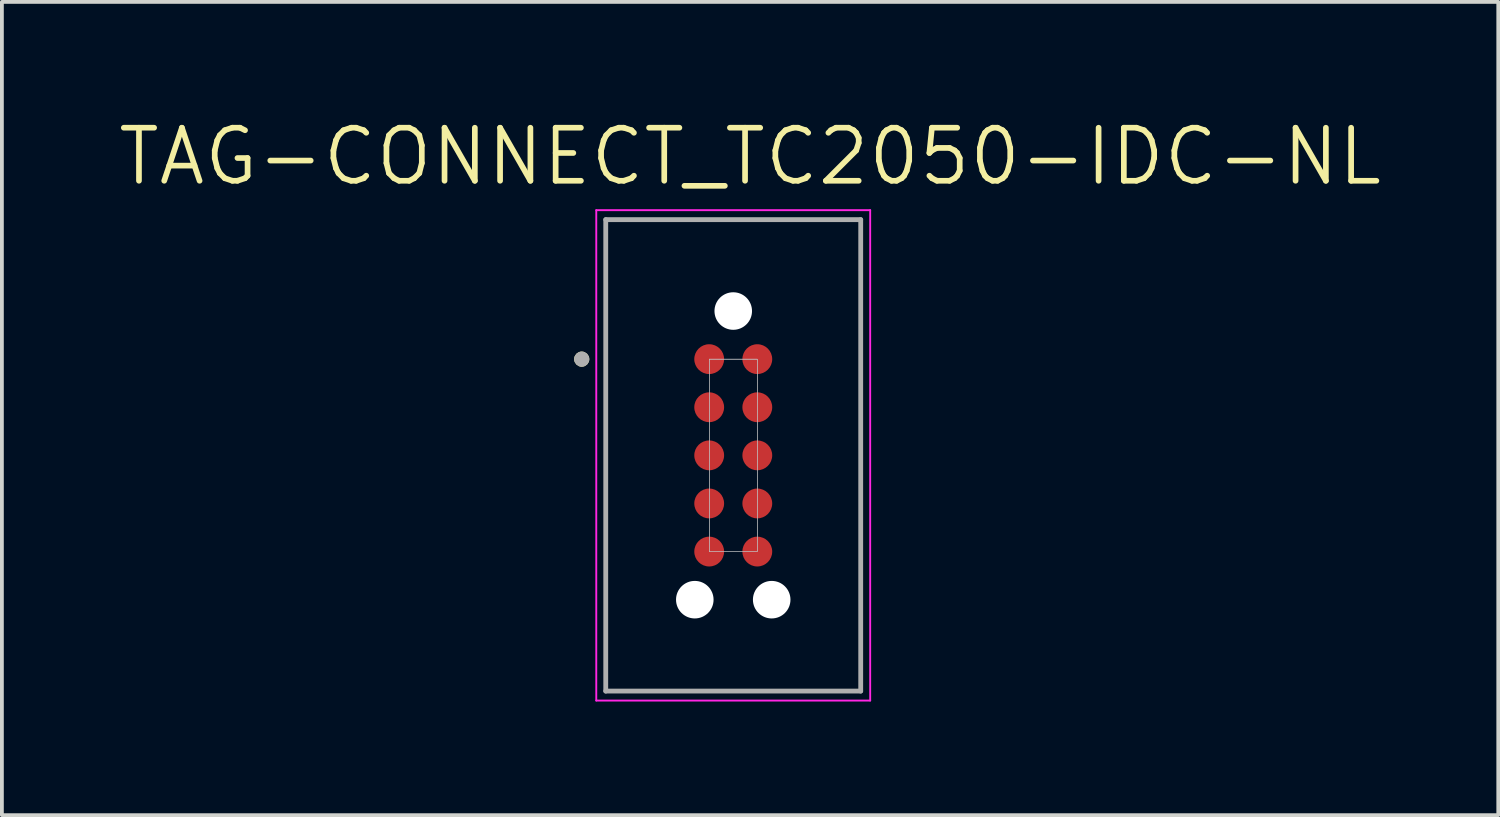
<source format=kicad_pcb>
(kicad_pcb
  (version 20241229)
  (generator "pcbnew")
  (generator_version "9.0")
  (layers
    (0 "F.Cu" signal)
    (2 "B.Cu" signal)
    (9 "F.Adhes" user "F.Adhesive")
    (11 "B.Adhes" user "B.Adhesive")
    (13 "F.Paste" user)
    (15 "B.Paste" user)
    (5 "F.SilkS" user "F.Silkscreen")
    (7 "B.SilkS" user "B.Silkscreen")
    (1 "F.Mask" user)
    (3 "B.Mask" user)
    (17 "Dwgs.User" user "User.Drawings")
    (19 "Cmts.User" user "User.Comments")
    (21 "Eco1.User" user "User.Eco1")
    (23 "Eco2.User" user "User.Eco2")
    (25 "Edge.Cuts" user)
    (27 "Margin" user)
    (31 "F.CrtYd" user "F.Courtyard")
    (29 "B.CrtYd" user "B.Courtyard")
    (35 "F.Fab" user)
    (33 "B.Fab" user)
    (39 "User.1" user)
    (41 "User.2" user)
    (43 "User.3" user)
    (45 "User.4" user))
  (footprint "TAG-CONNECT_TC2050-IDC-NL"
    (layer "F.Cu")
    (at 15.672 6.431)
    (property "Reference" "TAG-CONNECT_TC2050-IDC-NL" (at 1.08 -5.349 0) (layer "F.SilkS") (effects (font (size 1.4 1.4) (thickness 0.15))))
    (attr through_hole)
    (fp_circle (center -3.365 0) (end -3.265 0) (stroke (width 0.2) (type solid)) (fill no) (layer "F.SilkS"))
    (fp_poly (pts (xy 0 0) (xy 1.27 0) (xy 1.27 5.08) (xy 0 5.08)) (stroke (width 0.01) (type solid)) (fill no) (layer "Dwgs.User"))
    (fp_poly (pts (xy 0 0) (xy 1.27 0) (xy 1.27 5.08) (xy 0 5.08)) (stroke (width 0.01) (type solid)) (fill no) (layer "Dwgs.User"))
    (fp_poly (pts (xy 0 0) (xy 1.27 0) (xy 1.27 5.08) (xy 0 5.08)) (stroke (width 0.01) (type solid)) (fill no) (layer "Dwgs.User"))
    (fp_line (start -2.981 -3.933) (end 4.25 -3.933) (stroke (width 0.05) (type solid)) (layer "F.CrtYd"))
    (fp_line (start -2.981 9.013) (end -2.981 -3.933) (stroke (width 0.05) (type solid)) (layer "F.CrtYd"))
    (fp_line (start 4.25 -3.933) (end 4.25 9.013) (stroke (width 0.05) (type solid)) (layer "F.CrtYd"))
    (fp_line (start 4.25 9.013) (end -2.981 9.013) (stroke (width 0.05) (type solid)) (layer "F.CrtYd"))
    (fp_line (start -2.731 -3.683) (end 4 -3.683) (stroke (width 0.127) (type solid)) (layer "F.Fab"))
    (fp_line (start -2.731 8.763) (end -2.731 -3.683) (stroke (width 0.127) (type solid)) (layer "F.Fab"))
    (fp_line (start 4 -3.683) (end 4 8.763) (stroke (width 0.127) (type solid)) (layer "F.Fab"))
    (fp_line (start 4 8.763) (end -2.731 8.763) (stroke (width 0.127) (type solid)) (layer "F.Fab"))
    (fp_circle (center -3.365 0) (end -3.265 0) (stroke (width 0.2) (type solid)) (fill no) (layer "F.Fab"))
    (pad "" np_thru_hole circle (at -0.38 6.35) (size 0.991 0.991) (drill 0.991) (layers "*.Cu" "*.Mask"))
    (pad "" np_thru_hole circle (at 0.635 -1.27) (size 0.991 0.991) (drill 0.991) (layers "*.Cu" "*.Mask"))
    (pad "" np_thru_hole circle (at 1.65 6.35) (size 0.991 0.991) (drill 0.991) (layers "*.Cu" "*.Mask"))
    (pad "1" smd circle (at 0 0) (size 0.787 0.787) (layers "F.Cu" "F.Mask"))
    (pad "2" smd circle (at 0 1.27) (size 0.787 0.787) (layers "F.Cu" "F.Mask"))
    (pad "3" smd circle (at 0 2.54) (size 0.787 0.787) (layers "F.Cu" "F.Mask"))
    (pad "4" smd circle (at 0 3.81) (size 0.787 0.787) (layers "F.Cu" "F.Mask"))
    (pad "5" smd circle (at 0 5.08) (size 0.787 0.787) (layers "F.Cu" "F.Mask"))
    (pad "6" smd circle (at 1.27 5.08) (size 0.787 0.787) (layers "F.Cu" "F.Mask"))
    (pad "7" smd circle (at 1.27 3.81) (size 0.787 0.787) (layers "F.Cu" "F.Mask"))
    (pad "8" smd circle (at 1.27 2.54) (size 0.787 0.787) (layers "F.Cu" "F.Mask"))
    (pad "9" smd circle (at 1.27 1.27) (size 0.787 0.787) (layers "F.Cu" "F.Mask"))
    (pad "10" smd circle (at 1.27 0) (size 0.787 0.787) (layers "F.Cu" "F.Mask")))
  (gr_rect
    (start -3 -3)
    (end 36.503 18.469)
    (stroke (width 0.1) (type default))
    (fill no)
    (layer "Edge.Cuts")))
</source>
